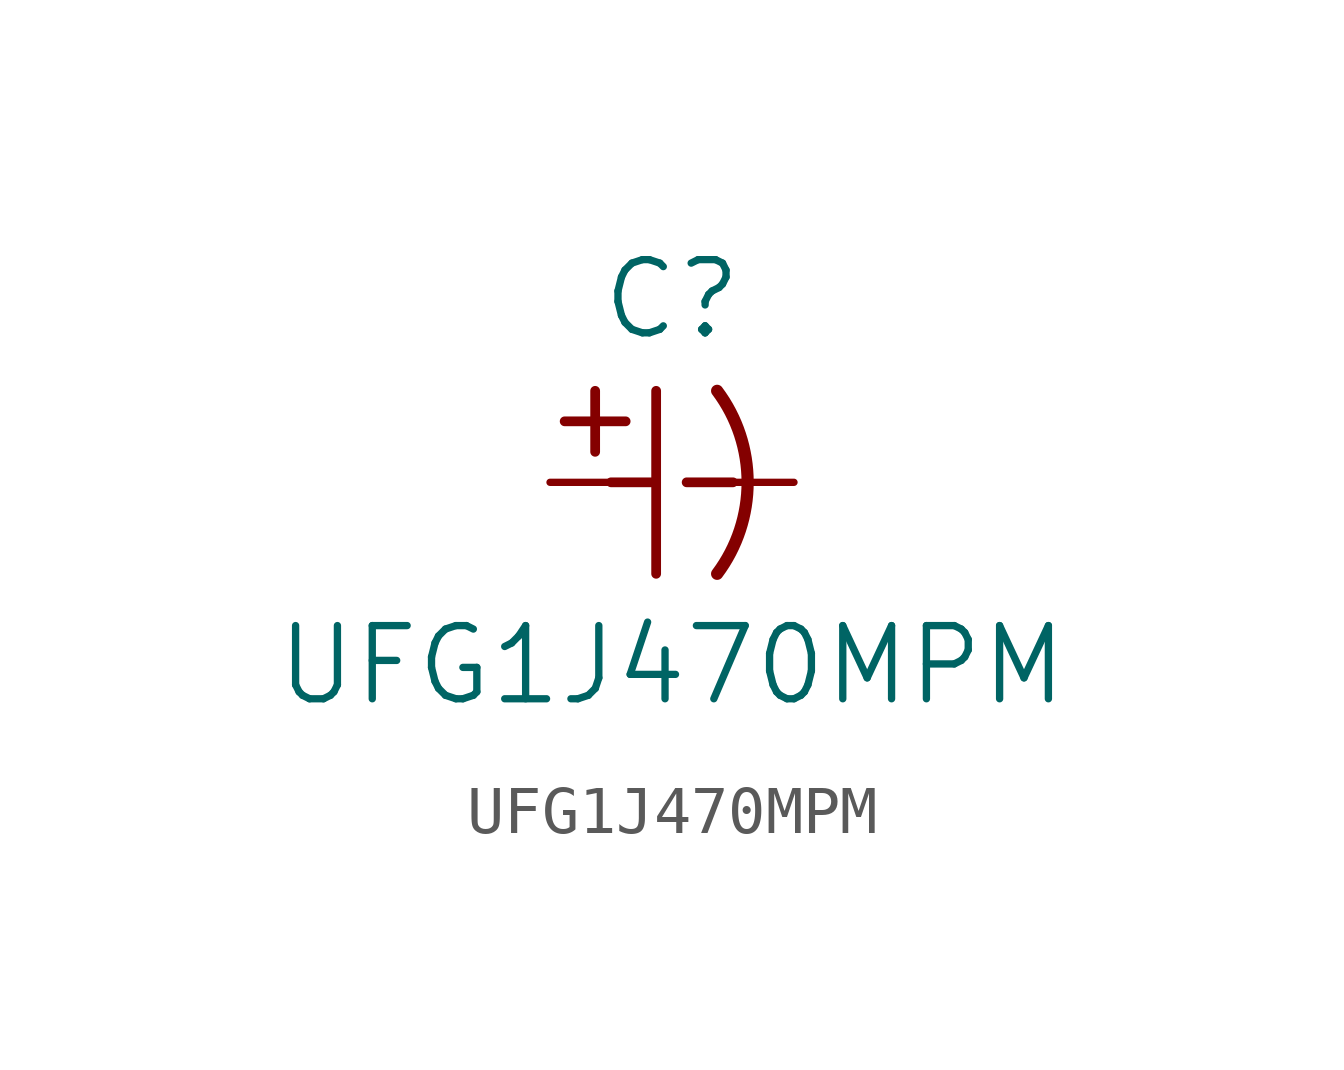
<source format=kicad_sym>
(kicad_symbol_lib
  (version 20211014)
  (generator kicad_symbol_editor)
  (symbol "UFG1J470MPM"
    (pin_numbers hide)
    (pin_names
      (offset 1.651) hide)
    (property "Reference" "C"
      (at 0 3.81 0)
      (effects (font (size 1.524 1.524))))
    (property "Value" "UFG1J470MPM"
      (at 0 -3.81 0)
      (effects (font (size 1.524 1.524))))
    (property "Datasheet" ""
      (at -3.81 0 0)
      (effects (font (size 1.524 1.524))))
    (property "ki_locked" ""
      (at 0 0 0)
      (effects (font (size 1.27 1.27))))
    (symbol "UFG1J470MPM_1_1"
      (polyline (pts (xy -2.235 1.27) (xy -0.965 1.27)) (stroke (width 0.203) (type default) (color 0 0 0 0)) (fill (type none)))
      (polyline (pts (xy -1.6 0.635) (xy -1.6 1.905)) (stroke (width 0.203) (type default) (color 0 0 0 0)) (fill (type none)))
      (polyline (pts (xy -1.27 0) (xy -0.33 0)) (stroke (width 0.203) (type default) (color 0 0 0 0)) (fill (type none)))
      (polyline (pts (xy -0.33 -1.905) (xy -0.33 1.905)) (stroke (width 0.203) (type default) (color 0 0 0 0)) (fill (type none)))
      (polyline (pts (xy 0.305 0) (xy 1.27 0)) (stroke (width 0.203) (type default) (color 0 0 0 0)) (fill (type none)))
      (arc (start 0.9398 -1.905) (mid 6.6548 0) (end 0.9398 1.905) (stroke (width 0.254) (type default) (color 0 0 0 0)) (fill (type none)))
      (pin passive line (at -2.54 0 0) (length 1.27) (name "1" (effects (font (size 1.499 1.499)))) (number "1" (effects (font (size 1.499 1.499)))))
      (pin passive line (at 2.54 0 180) (length 1.27) (name "2" (effects (font (size 1.499 1.499)))) (number "2" (effects (font (size 1.499 1.499))))))))
</source>
